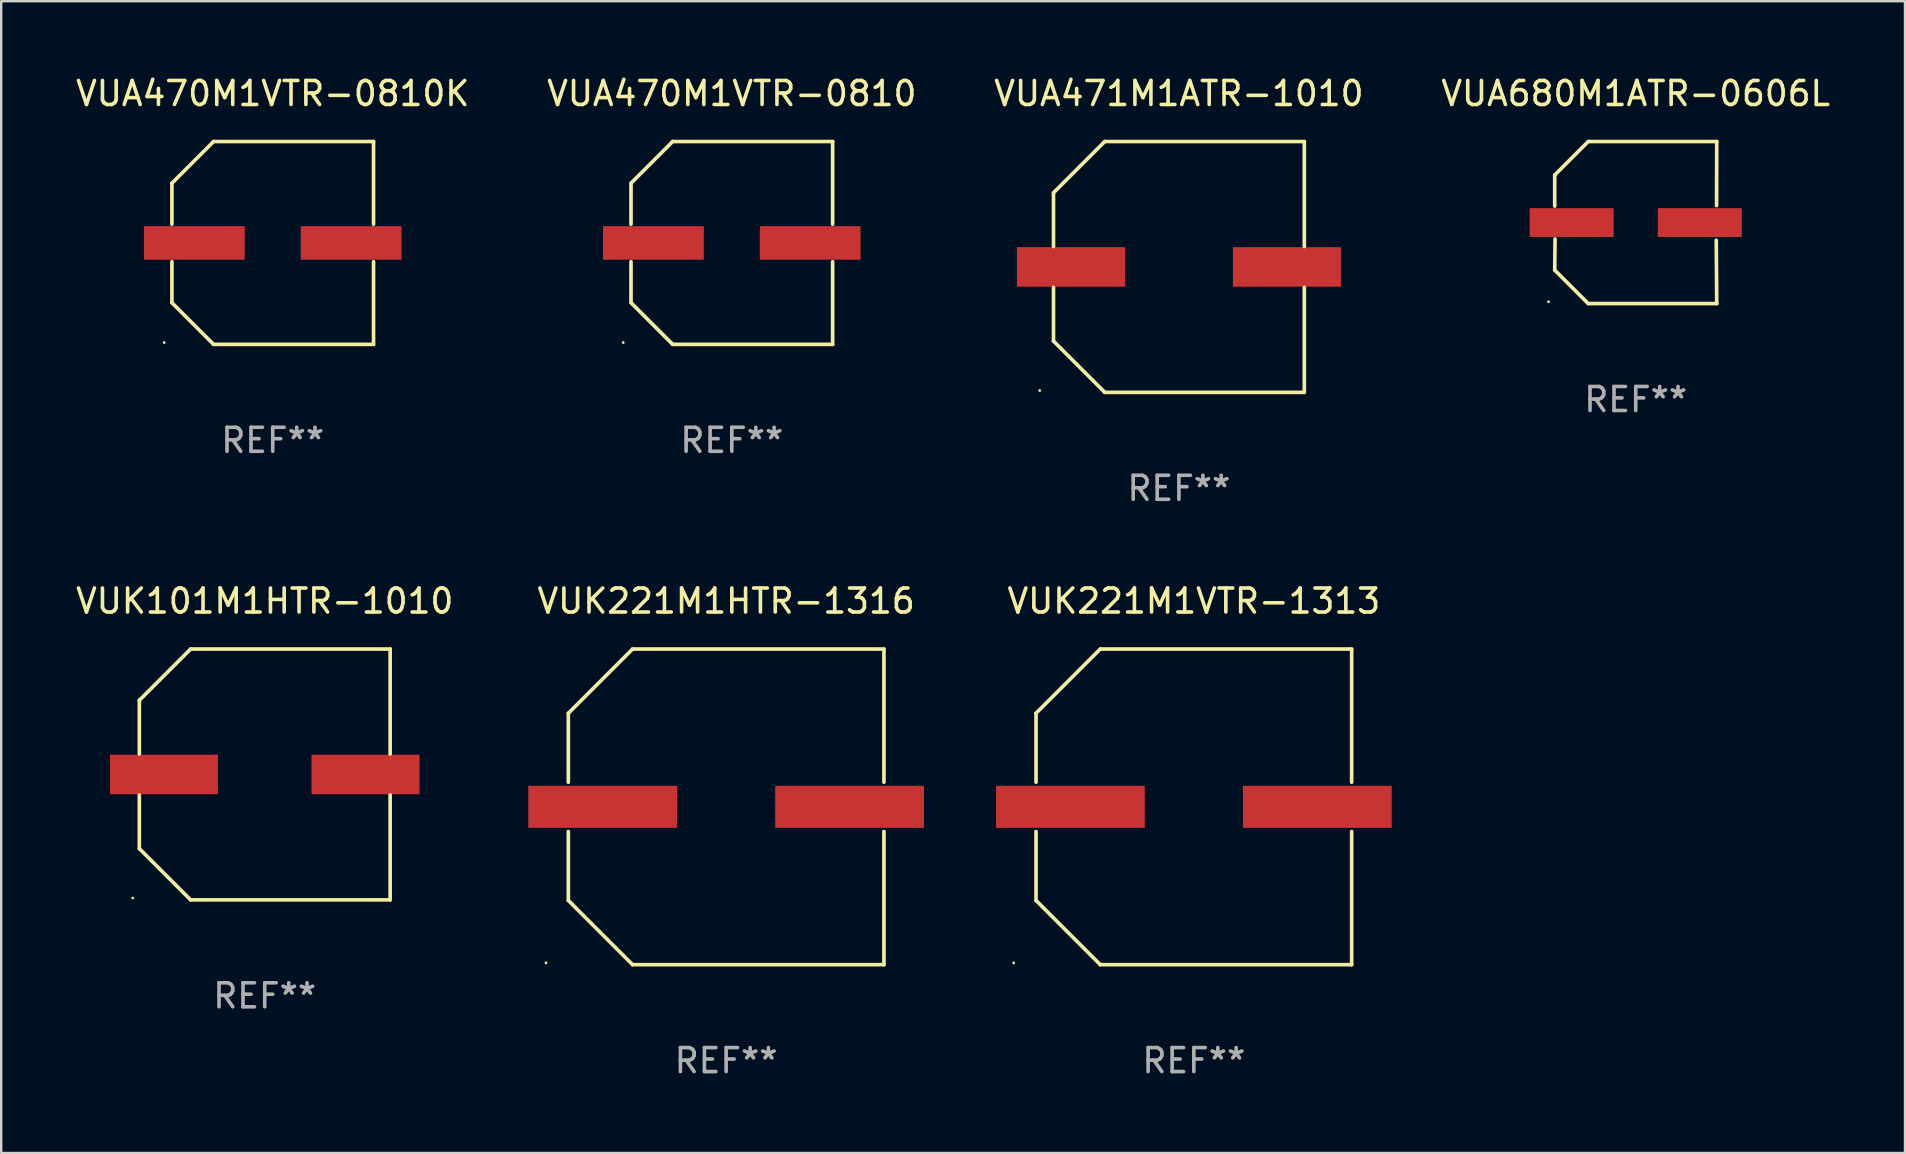
<source format=kicad_pcb>
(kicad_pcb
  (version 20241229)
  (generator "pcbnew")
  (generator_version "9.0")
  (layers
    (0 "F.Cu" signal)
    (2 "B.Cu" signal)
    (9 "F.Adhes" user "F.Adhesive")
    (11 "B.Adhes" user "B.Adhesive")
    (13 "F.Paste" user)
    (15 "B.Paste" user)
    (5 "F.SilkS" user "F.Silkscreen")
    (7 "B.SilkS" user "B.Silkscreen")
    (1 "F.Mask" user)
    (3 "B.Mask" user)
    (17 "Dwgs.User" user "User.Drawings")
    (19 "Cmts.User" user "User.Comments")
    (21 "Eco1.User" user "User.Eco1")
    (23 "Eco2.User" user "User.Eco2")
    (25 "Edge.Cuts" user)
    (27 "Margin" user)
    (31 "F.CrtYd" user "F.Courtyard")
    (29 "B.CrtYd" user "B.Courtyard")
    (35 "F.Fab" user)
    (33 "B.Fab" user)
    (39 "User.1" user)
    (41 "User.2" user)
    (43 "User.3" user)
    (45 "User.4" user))
  (footprint "VUA470M1VTR-0810K"
    (layer "F.Cu")
    (at 8.315 7.074)
    (property "Reference" "VUA470M1VTR-0810K" (at 0 -6.226 0) (layer "F.SilkS") (effects (font (size 1 1) (thickness 0.15))))
    (attr through_hole)
    (fp_line (start -4.201 -2.49) (end -4.201 -0.782) (stroke (width 0.152) (type solid)) (layer "F.SilkS"))
    (fp_line (start -4.201 2.49) (end -4.201 0.782) (stroke (width 0.152) (type solid)) (layer "F.SilkS"))
    (fp_line (start -2.465 -4.226) (end -4.201 -2.49) (stroke (width 0.152) (type solid)) (layer "F.SilkS"))
    (fp_line (start -2.465 4.226) (end -4.201 2.49) (stroke (width 0.152) (type solid)) (layer "F.SilkS"))
    (fp_line (start 4.201 -4.226) (end -2.465 -4.226) (stroke (width 0.152) (type solid)) (layer "F.SilkS"))
    (fp_line (start 4.201 -0.782) (end 4.201 -4.226) (stroke (width 0.152) (type solid)) (layer "F.SilkS"))
    (fp_line (start 4.201 0.782) (end 4.201 4.226) (stroke (width 0.152) (type solid)) (layer "F.SilkS"))
    (fp_line (start 4.201 4.226) (end -2.465 4.226) (stroke (width 0.152) (type solid)) (layer "F.SilkS"))
    (fp_circle (center -4.524 4.15) (end -4.494 4.15) (stroke (width 0.06) (type solid)) (fill no) (layer "F.SilkS"))
    (fp_text user "REF**" (at 0 8.226 0) (layer "F.Fab") (effects (font (size 1 1) (thickness 0.15))))
    (pad "1" smd rect (at -3.267 0) (size 4.2 1.4) (layers "F.Cu" "F.Mask" "F.Paste"))
    (pad "2" smd rect (at 3.267 0) (size 4.2 1.4) (layers "F.Cu" "F.Mask" "F.Paste")))
  (footprint "VUA471M1ATR-1010"
    (layer "F.Cu")
    (at 46.077 8.074)
    (property "Reference" "VUA471M1ATR-1010" (at 0 -7.226 0) (layer "F.SilkS") (effects (font (size 1 1) (thickness 0.15))))
    (attr through_hole)
    (fp_line (start -5.226 -3.09) (end -5.226 -0.852) (stroke (width 0.152) (type solid)) (layer "F.SilkS"))
    (fp_line (start -5.226 3.09) (end -5.226 0.852) (stroke (width 0.152) (type solid)) (layer "F.SilkS"))
    (fp_line (start -3.09 -5.226) (end -5.226 -3.09) (stroke (width 0.152) (type solid)) (layer "F.SilkS"))
    (fp_line (start -3.09 5.226) (end -5.226 3.09) (stroke (width 0.152) (type solid)) (layer "F.SilkS"))
    (fp_line (start 5.226 -5.226) (end -3.09 -5.226) (stroke (width 0.152) (type solid)) (layer "F.SilkS"))
    (fp_line (start 5.226 -0.852) (end 5.226 -5.226) (stroke (width 0.152) (type solid)) (layer "F.SilkS"))
    (fp_line (start 5.226 0.852) (end 5.226 5.226) (stroke (width 0.152) (type solid)) (layer "F.SilkS"))
    (fp_line (start 5.226 5.226) (end -3.09 5.226) (stroke (width 0.152) (type solid)) (layer "F.SilkS"))
    (fp_circle (center -5.8 5.15) (end -5.77 5.15) (stroke (width 0.06) (type solid)) (fill no) (layer "F.SilkS"))
    (fp_text user "REF**" (at 0 9.226 0) (layer "F.Fab") (effects (font (size 1 1) (thickness 0.15))))
    (pad "1" smd rect (at -4.5 0) (size 4.5 1.65) (layers "F.Cu" "F.Mask" "F.Paste"))
    (pad "2" smd rect (at 4.5 0) (size 4.5 1.65) (layers "F.Cu" "F.Mask" "F.Paste")))
  (footprint "VUA470M1VTR-0810"
    (layer "F.Cu")
    (at 27.446 7.074)
    (property "Reference" "VUA470M1VTR-0810" (at 0 -6.226 0) (layer "F.SilkS") (effects (font (size 1 1) (thickness 0.15))))
    (attr through_hole)
    (fp_line (start -4.201 -2.49) (end -4.201 -0.782) (stroke (width 0.152) (type solid)) (layer "F.SilkS"))
    (fp_line (start -4.201 2.49) (end -4.201 0.782) (stroke (width 0.152) (type solid)) (layer "F.SilkS"))
    (fp_line (start -2.465 -4.226) (end -4.201 -2.49) (stroke (width 0.152) (type solid)) (layer "F.SilkS"))
    (fp_line (start -2.465 4.226) (end -4.201 2.49) (stroke (width 0.152) (type solid)) (layer "F.SilkS"))
    (fp_line (start 4.201 -4.226) (end -2.465 -4.226) (stroke (width 0.152) (type solid)) (layer "F.SilkS"))
    (fp_line (start 4.201 -0.782) (end 4.201 -4.226) (stroke (width 0.152) (type solid)) (layer "F.SilkS"))
    (fp_line (start 4.201 0.782) (end 4.201 4.226) (stroke (width 0.152) (type solid)) (layer "F.SilkS"))
    (fp_line (start 4.201 4.226) (end -2.465 4.226) (stroke (width 0.152) (type solid)) (layer "F.SilkS"))
    (fp_circle (center -4.524 4.15) (end -4.494 4.15) (stroke (width 0.06) (type solid)) (fill no) (layer "F.SilkS"))
    (fp_text user "REF**" (at 0 8.226 0) (layer "F.Fab") (effects (font (size 1 1) (thickness 0.15))))
    (pad "1" smd rect (at -3.267 0) (size 4.2 1.4) (layers "F.Cu" "F.Mask" "F.Paste"))
    (pad "2" smd rect (at 3.267 0) (size 4.2 1.4) (layers "F.Cu" "F.Mask" "F.Paste")))
  (footprint "VUK101M1HTR-1010"
    (layer "F.Cu")
    (at 7.982 29.223)
    (property "Reference" "VUK101M1HTR-1010" (at 0 -7.226 0) (layer "F.SilkS") (effects (font (size 1 1) (thickness 0.15))))
    (attr through_hole)
    (fp_line (start -5.226 -3.09) (end -5.226 -0.852) (stroke (width 0.152) (type solid)) (layer "F.SilkS"))
    (fp_line (start -5.226 3.09) (end -5.226 0.852) (stroke (width 0.152) (type solid)) (layer "F.SilkS"))
    (fp_line (start -3.09 -5.226) (end -5.226 -3.09) (stroke (width 0.152) (type solid)) (layer "F.SilkS"))
    (fp_line (start -3.09 5.226) (end -5.226 3.09) (stroke (width 0.152) (type solid)) (layer "F.SilkS"))
    (fp_line (start 5.226 -5.226) (end -3.09 -5.226) (stroke (width 0.152) (type solid)) (layer "F.SilkS"))
    (fp_line (start 5.226 -0.852) (end 5.226 -5.226) (stroke (width 0.152) (type solid)) (layer "F.SilkS"))
    (fp_line (start 5.226 0.852) (end 5.226 5.226) (stroke (width 0.152) (type solid)) (layer "F.SilkS"))
    (fp_line (start 5.226 5.226) (end -3.09 5.226) (stroke (width 0.152) (type solid)) (layer "F.SilkS"))
    (fp_circle (center -5.5 5.15) (end -5.47 5.15) (stroke (width 0.06) (type solid)) (fill no) (layer "F.SilkS"))
    (fp_text user "REF**" (at 0 9.226 0) (layer "F.Fab") (effects (font (size 1 1) (thickness 0.15))))
    (pad "1" smd rect (at -4.2 0.000127) (size 4.5 1.65) (layers "F.Cu" "F.Mask" "F.Paste"))
    (pad "2" smd rect (at 4.2 0.000127) (size 4.5 1.65) (layers "F.Cu" "F.Mask" "F.Paste")))
  (footprint "VUK221M1HTR-1316"
    (layer "F.Cu")
    (at 27.209 30.573)
    (property "Reference" "VUK221M1HTR-1316" (at 0 -8.576 0) (layer "F.SilkS") (effects (font (size 1 1) (thickness 0.15))))
    (attr through_hole)
    (fp_line (start -6.576 -3.9) (end -6.576 -1.027) (stroke (width 0.152) (type solid)) (layer "F.SilkS"))
    (fp_line (start -6.576 3.9) (end -6.576 1.027) (stroke (width 0.152) (type solid)) (layer "F.SilkS"))
    (fp_line (start -3.9 -6.576) (end -6.576 -3.9) (stroke (width 0.152) (type solid)) (layer "F.SilkS"))
    (fp_line (start -3.9 6.576) (end -6.576 3.9) (stroke (width 0.152) (type solid)) (layer "F.SilkS"))
    (fp_line (start 6.576 -6.576) (end -3.9 -6.576) (stroke (width 0.152) (type solid)) (layer "F.SilkS"))
    (fp_line (start 6.576 -1.027) (end 6.576 -6.576) (stroke (width 0.152) (type solid)) (layer "F.SilkS"))
    (fp_line (start 6.576 1.027) (end 6.576 6.576) (stroke (width 0.152) (type solid)) (layer "F.SilkS"))
    (fp_line (start 6.576 6.576) (end -3.9 6.576) (stroke (width 0.152) (type solid)) (layer "F.SilkS"))
    (fp_circle (center -7.506 6.5) (end -7.476 6.5) (stroke (width 0.06) (type solid)) (fill no) (layer "F.SilkS"))
    (fp_text user "REF**" (at 0 10.576 0) (layer "F.Fab") (effects (font (size 1 1) (thickness 0.15))))
    (pad "1" smd rect (at -5.145 0) (size 6.2 1.75) (layers "F.Cu" "F.Mask" "F.Paste"))
    (pad "2" smd rect (at 5.145 0) (size 6.2 1.75) (layers "F.Cu" "F.Mask" "F.Paste")))
  (footprint "VUK221M1VTR-1313"
    (layer "F.Cu")
    (at 46.699 30.573)
    (property "Reference" "VUK221M1VTR-1313" (at 0 -8.576 0) (layer "F.SilkS") (effects (font (size 1 1) (thickness 0.15))))
    (attr through_hole)
    (fp_line (start -6.576 -3.9) (end -6.576 -1.027) (stroke (width 0.152) (type solid)) (layer "F.SilkS"))
    (fp_line (start -6.576 3.9) (end -6.576 1.027) (stroke (width 0.152) (type solid)) (layer "F.SilkS"))
    (fp_line (start -3.9 -6.576) (end -6.576 -3.9) (stroke (width 0.152) (type solid)) (layer "F.SilkS"))
    (fp_line (start -3.9 6.576) (end -6.576 3.9) (stroke (width 0.152) (type solid)) (layer "F.SilkS"))
    (fp_line (start 6.576 -6.576) (end -3.9 -6.576) (stroke (width 0.152) (type solid)) (layer "F.SilkS"))
    (fp_line (start 6.576 -1.027) (end 6.576 -6.576) (stroke (width 0.152) (type solid)) (layer "F.SilkS"))
    (fp_line (start 6.576 1.027) (end 6.576 6.576) (stroke (width 0.152) (type solid)) (layer "F.SilkS"))
    (fp_line (start 6.576 6.576) (end -3.9 6.576) (stroke (width 0.152) (type solid)) (layer "F.SilkS"))
    (fp_circle (center -7.506 6.5) (end -7.476 6.5) (stroke (width 0.06) (type solid)) (fill no) (layer "F.SilkS"))
    (fp_text user "REF**" (at 0 10.576 0) (layer "F.Fab") (effects (font (size 1 1) (thickness 0.15))))
    (pad "1" smd rect (at -5.145 0) (size 6.2 1.75) (layers "F.Cu" "F.Mask" "F.Paste"))
    (pad "2" smd rect (at 5.145 0) (size 6.2 1.75) (layers "F.Cu" "F.Mask" "F.Paste")))
  (footprint "VUA680M1ATR-0606L"
    (layer "F.Cu")
    (at 65.113 6.224)
    (property "Reference" "VUA680M1ATR-0606L" (at 0 -5.376 0) (layer "F.SilkS") (effects (font (size 1 1) (thickness 0.15))))
    (attr through_hole)
    (fp_line (start -3.376 -1.98) (end -3.376 -0.686) (stroke (width 0.152) (type solid)) (layer "F.SilkS"))
    (fp_line (start -3.376 1.981) (end -3.362 0.686) (stroke (width 0.152) (type solid)) (layer "F.SilkS"))
    (fp_line (start -1.981 3.376) (end -3.376 1.981) (stroke (width 0.152) (type solid)) (layer "F.SilkS"))
    (fp_line (start -1.98 -3.376) (end -3.376 -1.98) (stroke (width 0.152) (type solid)) (layer "F.SilkS"))
    (fp_line (start 3.356 0.74) (end 3.376 3.376) (stroke (width 0.152) (type solid)) (layer "F.SilkS"))
    (fp_line (start 3.369 -0.707) (end 3.376 -3.376) (stroke (width 0.152) (type solid)) (layer "F.SilkS"))
    (fp_line (start 3.376 3.376) (end -1.981 3.376) (stroke (width 0.152) (type solid)) (layer "F.SilkS"))
    (fp_line (start 3.376 -3.376) (end -1.98 -3.376) (stroke (width 0.152) (type solid)) (layer "F.SilkS"))
    (fp_circle (center -3.634 3.3) (end -3.604 3.3) (stroke (width 0.06) (type solid)) (fill no) (layer "F.SilkS"))
    (fp_text user "REF**" (at 0 7.376 0) (layer "F.Fab") (effects (font (size 1 1) (thickness 0.15))))
    (pad "1" smd rect (at -2.67 0.000254) (size 3.5 1.2) (layers "F.Cu" "F.Mask" "F.Paste"))
    (pad "2" smd rect (at 2.67 0.000254) (size 3.5 1.2) (layers "F.Cu" "F.Mask" "F.Paste")))
  (gr_rect
    (start -3 -3)
    (end 76.333 44.998)
    (stroke (width 0.1) (type default))
    (fill no)
    (layer "Edge.Cuts")))
</source>
